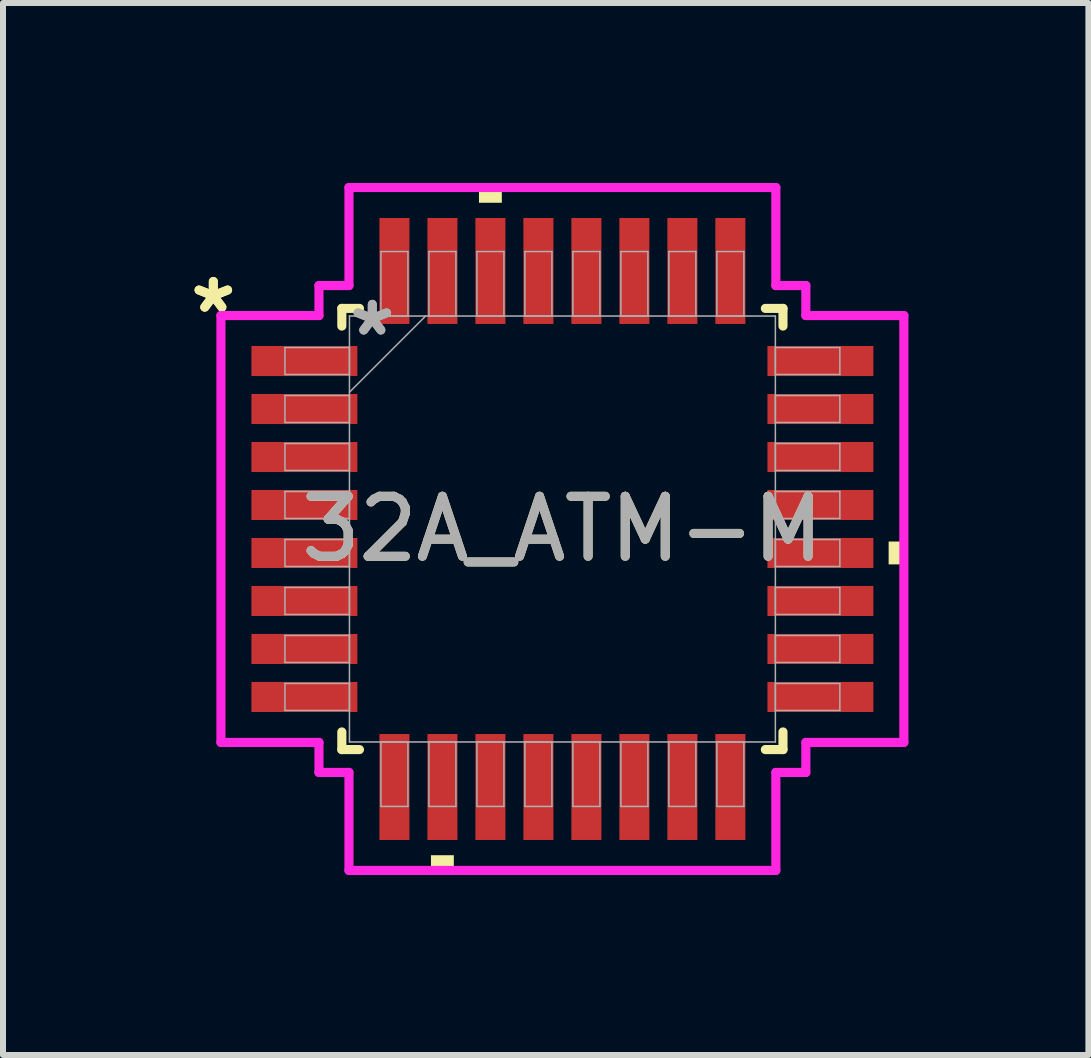
<source format=kicad_pcb>
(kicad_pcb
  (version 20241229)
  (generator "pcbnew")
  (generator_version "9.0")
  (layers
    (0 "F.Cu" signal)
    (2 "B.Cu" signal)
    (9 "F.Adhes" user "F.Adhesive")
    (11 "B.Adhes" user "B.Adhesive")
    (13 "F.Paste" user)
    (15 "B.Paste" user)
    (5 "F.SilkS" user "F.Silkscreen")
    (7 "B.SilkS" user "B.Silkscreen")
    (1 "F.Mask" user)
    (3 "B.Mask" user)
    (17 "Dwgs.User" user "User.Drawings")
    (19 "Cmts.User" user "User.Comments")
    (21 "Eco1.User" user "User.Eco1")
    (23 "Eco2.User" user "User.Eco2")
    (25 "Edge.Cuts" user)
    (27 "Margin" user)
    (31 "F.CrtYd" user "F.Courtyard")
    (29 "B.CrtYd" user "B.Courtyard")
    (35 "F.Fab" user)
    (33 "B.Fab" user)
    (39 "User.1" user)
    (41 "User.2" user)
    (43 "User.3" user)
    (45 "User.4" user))
  (footprint "32A_ATM-M"
    (layer "F.Cu")
    (at 6.325 5.768)
    (property "Reference" "32A_ATM-M" (at 0 0 0) (unlocked yes) (layer "F.SilkS") (effects (font (size 1 1) (thickness 0.15))))
    (attr smd)
    (fp_line (start -3.677 -3.677) (end -3.677 -3.383) (stroke (width 0.152) (type solid)) (layer "F.SilkS"))
    (fp_line (start -3.677 3.383) (end -3.677 3.677) (stroke (width 0.152) (type solid)) (layer "F.SilkS"))
    (fp_line (start -3.677 3.677) (end -3.383 3.677) (stroke (width 0.152) (type solid)) (layer "F.SilkS"))
    (fp_line (start -3.383 -3.677) (end -3.677 -3.677) (stroke (width 0.152) (type solid)) (layer "F.SilkS"))
    (fp_line (start 3.383 3.677) (end 3.677 3.677) (stroke (width 0.152) (type solid)) (layer "F.SilkS"))
    (fp_line (start 3.677 -3.677) (end 3.383 -3.677) (stroke (width 0.152) (type solid)) (layer "F.SilkS"))
    (fp_line (start 3.677 -3.383) (end 3.677 -3.677) (stroke (width 0.152) (type solid)) (layer "F.SilkS"))
    (fp_line (start 3.677 3.677) (end 3.677 3.383) (stroke (width 0.152) (type solid)) (layer "F.SilkS"))
    (fp_poly (pts (xy -2.191 5.438) (xy -2.191 5.692) (xy -1.81 5.692) (xy -1.81 5.438)) (stroke (width 0) (type solid)) (fill yes) (layer "F.SilkS"))
    (fp_poly (pts (xy -1.391 -5.438) (xy -1.391 -5.692) (xy -1.01 -5.692) (xy -1.01 -5.438)) (stroke (width 0) (type solid)) (fill yes) (layer "F.SilkS"))
    (fp_poly (pts (xy 5.692 0.209) (xy 5.692 0.59) (xy 5.438 0.59) (xy 5.438 0.209)) (stroke (width 0) (type solid)) (fill yes) (layer "F.SilkS"))
    (fp_line (start -5.692 -3.558) (end -4.058 -3.558) (stroke (width 0.152) (type solid)) (layer "F.CrtYd"))
    (fp_line (start -5.692 3.558) (end -5.692 -3.558) (stroke (width 0.152) (type solid)) (layer "F.CrtYd"))
    (fp_line (start -4.058 -4.058) (end -3.558 -4.058) (stroke (width 0.152) (type solid)) (layer "F.CrtYd"))
    (fp_line (start -4.058 -3.558) (end -4.058 -4.058) (stroke (width 0.152) (type solid)) (layer "F.CrtYd"))
    (fp_line (start -4.058 3.558) (end -5.692 3.558) (stroke (width 0.152) (type solid)) (layer "F.CrtYd"))
    (fp_line (start -4.058 4.058) (end -4.058 3.558) (stroke (width 0.152) (type solid)) (layer "F.CrtYd"))
    (fp_line (start -4.058 4.058) (end -3.558 4.058) (stroke (width 0.152) (type solid)) (layer "F.CrtYd"))
    (fp_line (start -3.558 -5.692) (end 3.558 -5.692) (stroke (width 0.152) (type solid)) (layer "F.CrtYd"))
    (fp_line (start -3.558 -4.058) (end -3.558 -5.692) (stroke (width 0.152) (type solid)) (layer "F.CrtYd"))
    (fp_line (start -3.558 4.058) (end -3.558 5.692) (stroke (width 0.152) (type solid)) (layer "F.CrtYd"))
    (fp_line (start -3.558 5.692) (end 3.558 5.692) (stroke (width 0.152) (type solid)) (layer "F.CrtYd"))
    (fp_line (start 3.558 -5.692) (end 3.558 -4.058) (stroke (width 0.152) (type solid)) (layer "F.CrtYd"))
    (fp_line (start 3.558 -4.058) (end 4.058 -4.058) (stroke (width 0.152) (type solid)) (layer "F.CrtYd"))
    (fp_line (start 3.558 4.058) (end 4.058 4.058) (stroke (width 0.152) (type solid)) (layer "F.CrtYd"))
    (fp_line (start 3.558 5.692) (end 3.558 4.058) (stroke (width 0.152) (type solid)) (layer "F.CrtYd"))
    (fp_line (start 4.058 -3.558) (end 4.058 -4.058) (stroke (width 0.152) (type solid)) (layer "F.CrtYd"))
    (fp_line (start 4.058 3.558) (end 5.692 3.558) (stroke (width 0.152) (type solid)) (layer "F.CrtYd"))
    (fp_line (start 4.058 4.058) (end 4.058 3.558) (stroke (width 0.152) (type solid)) (layer "F.CrtYd"))
    (fp_line (start 5.692 -3.558) (end 4.058 -3.558) (stroke (width 0.152) (type solid)) (layer "F.CrtYd"))
    (fp_line (start 5.692 3.558) (end 5.692 -3.558) (stroke (width 0.152) (type solid)) (layer "F.CrtYd"))
    (fp_line (start -4.625 -3.025) (end -4.625 -2.575) (stroke (width 0.025) (type solid)) (layer "F.Fab"))
    (fp_line (start -4.625 -2.575) (end -3.55 -2.575) (stroke (width 0.025) (type solid)) (layer "F.Fab"))
    (fp_line (start -4.625 -2.225) (end -4.625 -1.775) (stroke (width 0.025) (type solid)) (layer "F.Fab"))
    (fp_line (start -4.625 -1.775) (end -3.55 -1.775) (stroke (width 0.025) (type solid)) (layer "F.Fab"))
    (fp_line (start -4.625 -1.425) (end -4.625 -0.975) (stroke (width 0.025) (type solid)) (layer "F.Fab"))
    (fp_line (start -4.625 -0.975) (end -3.55 -0.975) (stroke (width 0.025) (type solid)) (layer "F.Fab"))
    (fp_line (start -4.625 -0.625) (end -4.625 -0.175) (stroke (width 0.025) (type solid)) (layer "F.Fab"))
    (fp_line (start -4.625 -0.175) (end -3.55 -0.175) (stroke (width 0.025) (type solid)) (layer "F.Fab"))
    (fp_line (start -4.625 0.175) (end -4.625 0.625) (stroke (width 0.025) (type solid)) (layer "F.Fab"))
    (fp_line (start -4.625 0.625) (end -3.55 0.625) (stroke (width 0.025) (type solid)) (layer "F.Fab"))
    (fp_line (start -4.625 0.975) (end -4.625 1.425) (stroke (width 0.025) (type solid)) (layer "F.Fab"))
    (fp_line (start -4.625 1.425) (end -3.55 1.425) (stroke (width 0.025) (type solid)) (layer "F.Fab"))
    (fp_line (start -4.625 1.775) (end -4.625 2.225) (stroke (width 0.025) (type solid)) (layer "F.Fab"))
    (fp_line (start -4.625 2.225) (end -3.55 2.225) (stroke (width 0.025) (type solid)) (layer "F.Fab"))
    (fp_line (start -4.625 2.575) (end -4.625 3.025) (stroke (width 0.025) (type solid)) (layer "F.Fab"))
    (fp_line (start -4.625 3.025) (end -3.55 3.025) (stroke (width 0.025) (type solid)) (layer "F.Fab"))
    (fp_line (start -3.55 -3.55) (end -3.55 3.55) (stroke (width 0.025) (type solid)) (layer "F.Fab"))
    (fp_line (start -3.55 -3.025) (end -4.625 -3.025) (stroke (width 0.025) (type solid)) (layer "F.Fab"))
    (fp_line (start -3.55 -2.575) (end -3.55 -3.025) (stroke (width 0.025) (type solid)) (layer "F.Fab"))
    (fp_line (start -3.55 -2.28) (end -2.28 -3.55) (stroke (width 0.025) (type solid)) (layer "F.Fab"))
    (fp_line (start -3.55 -2.225) (end -4.625 -2.225) (stroke (width 0.025) (type solid)) (layer "F.Fab"))
    (fp_line (start -3.55 -1.775) (end -3.55 -2.225) (stroke (width 0.025) (type solid)) (layer "F.Fab"))
    (fp_line (start -3.55 -1.425) (end -4.625 -1.425) (stroke (width 0.025) (type solid)) (layer "F.Fab"))
    (fp_line (start -3.55 -0.975) (end -3.55 -1.425) (stroke (width 0.025) (type solid)) (layer "F.Fab"))
    (fp_line (start -3.55 -0.625) (end -4.625 -0.625) (stroke (width 0.025) (type solid)) (layer "F.Fab"))
    (fp_line (start -3.55 -0.175) (end -3.55 -0.625) (stroke (width 0.025) (type solid)) (layer "F.Fab"))
    (fp_line (start -3.55 0.175) (end -4.625 0.175) (stroke (width 0.025) (type solid)) (layer "F.Fab"))
    (fp_line (start -3.55 0.625) (end -3.55 0.175) (stroke (width 0.025) (type solid)) (layer "F.Fab"))
    (fp_line (start -3.55 0.975) (end -4.625 0.975) (stroke (width 0.025) (type solid)) (layer "F.Fab"))
    (fp_line (start -3.55 1.425) (end -3.55 0.975) (stroke (width 0.025) (type solid)) (layer "F.Fab"))
    (fp_line (start -3.55 1.775) (end -4.625 1.775) (stroke (width 0.025) (type solid)) (layer "F.Fab"))
    (fp_line (start -3.55 2.225) (end -3.55 1.775) (stroke (width 0.025) (type solid)) (layer "F.Fab"))
    (fp_line (start -3.55 2.575) (end -4.625 2.575) (stroke (width 0.025) (type solid)) (layer "F.Fab"))
    (fp_line (start -3.55 3.025) (end -3.55 2.575) (stroke (width 0.025) (type solid)) (layer "F.Fab"))
    (fp_line (start -3.55 3.55) (end 3.55 3.55) (stroke (width 0.025) (type solid)) (layer "F.Fab"))
    (fp_line (start -3.025 -4.625) (end -3.025 -3.55) (stroke (width 0.025) (type solid)) (layer "F.Fab"))
    (fp_line (start -3.025 -3.55) (end -2.575 -3.55) (stroke (width 0.025) (type solid)) (layer "F.Fab"))
    (fp_line (start -3.025 3.55) (end -3.025 4.625) (stroke (width 0.025) (type solid)) (layer "F.Fab"))
    (fp_line (start -3.025 4.625) (end -2.575 4.625) (stroke (width 0.025) (type solid)) (layer "F.Fab"))
    (fp_line (start -2.575 3.55) (end -3.025 3.55) (stroke (width 0.025) (type solid)) (layer "F.Fab"))
    (fp_line (start -2.575 4.625) (end -2.575 3.55) (stroke (width 0.025) (type solid)) (layer "F.Fab"))
    (fp_line (start -2.575 -4.625) (end -3.025 -4.625) (stroke (width 0.025) (type solid)) (layer "F.Fab"))
    (fp_line (start -2.575 -3.55) (end -2.575 -4.625) (stroke (width 0.025) (type solid)) (layer "F.Fab"))
    (fp_line (start -2.225 -4.625) (end -2.225 -3.55) (stroke (width 0.025) (type solid)) (layer "F.Fab"))
    (fp_line (start -2.225 -3.55) (end -1.775 -3.55) (stroke (width 0.025) (type solid)) (layer "F.Fab"))
    (fp_line (start -2.225 3.55) (end -2.225 4.625) (stroke (width 0.025) (type solid)) (layer "F.Fab"))
    (fp_line (start -2.225 4.625) (end -1.775 4.625) (stroke (width 0.025) (type solid)) (layer "F.Fab"))
    (fp_line (start -1.775 -4.625) (end -2.225 -4.625) (stroke (width 0.025) (type solid)) (layer "F.Fab"))
    (fp_line (start -1.775 -3.55) (end -1.775 -4.625) (stroke (width 0.025) (type solid)) (layer "F.Fab"))
    (fp_line (start -1.775 3.55) (end -2.225 3.55) (stroke (width 0.025) (type solid)) (layer "F.Fab"))
    (fp_line (start -1.775 4.625) (end -1.775 3.55) (stroke (width 0.025) (type solid)) (layer "F.Fab"))
    (fp_line (start -1.425 -4.625) (end -1.425 -3.55) (stroke (width 0.025) (type solid)) (layer "F.Fab"))
    (fp_line (start -1.425 -3.55) (end -0.975 -3.55) (stroke (width 0.025) (type solid)) (layer "F.Fab"))
    (fp_line (start -1.425 3.55) (end -1.425 4.625) (stroke (width 0.025) (type solid)) (layer "F.Fab"))
    (fp_line (start -1.425 4.625) (end -0.975 4.625) (stroke (width 0.025) (type solid)) (layer "F.Fab"))
    (fp_line (start -0.975 -4.625) (end -1.425 -4.625) (stroke (width 0.025) (type solid)) (layer "F.Fab"))
    (fp_line (start -0.975 -3.55) (end -0.975 -4.625) (stroke (width 0.025) (type solid)) (layer "F.Fab"))
    (fp_line (start -0.975 3.55) (end -1.425 3.55) (stroke (width 0.025) (type solid)) (layer "F.Fab"))
    (fp_line (start -0.975 4.625) (end -0.975 3.55) (stroke (width 0.025) (type solid)) (layer "F.Fab"))
    (fp_line (start -0.625 -4.625) (end -0.625 -3.55) (stroke (width 0.025) (type solid)) (layer "F.Fab"))
    (fp_line (start -0.625 -3.55) (end -0.175 -3.55) (stroke (width 0.025) (type solid)) (layer "F.Fab"))
    (fp_line (start -0.625 3.55) (end -0.625 4.625) (stroke (width 0.025) (type solid)) (layer "F.Fab"))
    (fp_line (start -0.625 4.625) (end -0.175 4.625) (stroke (width 0.025) (type solid)) (layer "F.Fab"))
    (fp_line (start -0.175 -4.625) (end -0.625 -4.625) (stroke (width 0.025) (type solid)) (layer "F.Fab"))
    (fp_line (start -0.175 -3.55) (end -0.175 -4.625) (stroke (width 0.025) (type solid)) (layer "F.Fab"))
    (fp_line (start -0.175 3.55) (end -0.625 3.55) (stroke (width 0.025) (type solid)) (layer "F.Fab"))
    (fp_line (start -0.175 4.625) (end -0.175 3.55) (stroke (width 0.025) (type solid)) (layer "F.Fab"))
    (fp_line (start 0.175 -4.625) (end 0.175 -3.55) (stroke (width 0.025) (type solid)) (layer "F.Fab"))
    (fp_line (start 0.175 -3.55) (end 0.625 -3.55) (stroke (width 0.025) (type solid)) (layer "F.Fab"))
    (fp_line (start 0.175 3.55) (end 0.175 4.625) (stroke (width 0.025) (type solid)) (layer "F.Fab"))
    (fp_line (start 0.175 4.625) (end 0.625 4.625) (stroke (width 0.025) (type solid)) (layer "F.Fab"))
    (fp_line (start 0.625 -4.625) (end 0.175 -4.625) (stroke (width 0.025) (type solid)) (layer "F.Fab"))
    (fp_line (start 0.625 -3.55) (end 0.625 -4.625) (stroke (width 0.025) (type solid)) (layer "F.Fab"))
    (fp_line (start 0.625 3.55) (end 0.175 3.55) (stroke (width 0.025) (type solid)) (layer "F.Fab"))
    (fp_line (start 0.625 4.625) (end 0.625 3.55) (stroke (width 0.025) (type solid)) (layer "F.Fab"))
    (fp_line (start 0.975 -4.625) (end 0.975 -3.55) (stroke (width 0.025) (type solid)) (layer "F.Fab"))
    (fp_line (start 0.975 -3.55) (end 1.425 -3.55) (stroke (width 0.025) (type solid)) (layer "F.Fab"))
    (fp_line (start 0.975 3.55) (end 0.975 4.625) (stroke (width 0.025) (type solid)) (layer "F.Fab"))
    (fp_line (start 0.975 4.625) (end 1.425 4.625) (stroke (width 0.025) (type solid)) (layer "F.Fab"))
    (fp_line (start 1.425 -4.625) (end 0.975 -4.625) (stroke (width 0.025) (type solid)) (layer "F.Fab"))
    (fp_line (start 1.425 -3.55) (end 1.425 -4.625) (stroke (width 0.025) (type solid)) (layer "F.Fab"))
    (fp_line (start 1.425 3.55) (end 0.975 3.55) (stroke (width 0.025) (type solid)) (layer "F.Fab"))
    (fp_line (start 1.425 4.625) (end 1.425 3.55) (stroke (width 0.025) (type solid)) (layer "F.Fab"))
    (fp_line (start 1.775 -4.625) (end 1.775 -3.55) (stroke (width 0.025) (type solid)) (layer "F.Fab"))
    (fp_line (start 1.775 -3.55) (end 2.225 -3.55) (stroke (width 0.025) (type solid)) (layer "F.Fab"))
    (fp_line (start 1.775 3.55) (end 1.775 4.625) (stroke (width 0.025) (type solid)) (layer "F.Fab"))
    (fp_line (start 1.775 4.625) (end 2.225 4.625) (stroke (width 0.025) (type solid)) (layer "F.Fab"))
    (fp_line (start 2.225 -4.625) (end 1.775 -4.625) (stroke (width 0.025) (type solid)) (layer "F.Fab"))
    (fp_line (start 2.225 -3.55) (end 2.225 -4.625) (stroke (width 0.025) (type solid)) (layer "F.Fab"))
    (fp_line (start 2.225 3.55) (end 1.775 3.55) (stroke (width 0.025) (type solid)) (layer "F.Fab"))
    (fp_line (start 2.225 4.625) (end 2.225 3.55) (stroke (width 0.025) (type solid)) (layer "F.Fab"))
    (fp_line (start 2.575 3.55) (end 2.575 4.625) (stroke (width 0.025) (type solid)) (layer "F.Fab"))
    (fp_line (start 2.575 4.625) (end 3.025 4.625) (stroke (width 0.025) (type solid)) (layer "F.Fab"))
    (fp_line (start 2.575 -4.625) (end 2.575 -3.55) (stroke (width 0.025) (type solid)) (layer "F.Fab"))
    (fp_line (start 2.575 -3.55) (end 3.025 -3.55) (stroke (width 0.025) (type solid)) (layer "F.Fab"))
    (fp_line (start 3.025 -4.625) (end 2.575 -4.625) (stroke (width 0.025) (type solid)) (layer "F.Fab"))
    (fp_line (start 3.025 -3.55) (end 3.025 -4.625) (stroke (width 0.025) (type solid)) (layer "F.Fab"))
    (fp_line (start 3.025 3.55) (end 2.575 3.55) (stroke (width 0.025) (type solid)) (layer "F.Fab"))
    (fp_line (start 3.025 4.625) (end 3.025 3.55) (stroke (width 0.025) (type solid)) (layer "F.Fab"))
    (fp_line (start 3.55 -3.55) (end -3.55 -3.55) (stroke (width 0.025) (type solid)) (layer "F.Fab"))
    (fp_line (start 3.55 -3.025) (end 3.55 -2.575) (stroke (width 0.025) (type solid)) (layer "F.Fab"))
    (fp_line (start 3.55 -2.575) (end 4.625 -2.575) (stroke (width 0.025) (type solid)) (layer "F.Fab"))
    (fp_line (start 3.55 -2.225) (end 3.55 -1.775) (stroke (width 0.025) (type solid)) (layer "F.Fab"))
    (fp_line (start 3.55 -1.775) (end 4.625 -1.775) (stroke (width 0.025) (type solid)) (layer "F.Fab"))
    (fp_line (start 3.55 -1.425) (end 3.55 -0.975) (stroke (width 0.025) (type solid)) (layer "F.Fab"))
    (fp_line (start 3.55 -0.975) (end 4.625 -0.975) (stroke (width 0.025) (type solid)) (layer "F.Fab"))
    (fp_line (start 3.55 -0.625) (end 3.55 -0.175) (stroke (width 0.025) (type solid)) (layer "F.Fab"))
    (fp_line (start 3.55 -0.175) (end 4.625 -0.175) (stroke (width 0.025) (type solid)) (layer "F.Fab"))
    (fp_line (start 3.55 0.175) (end 3.55 0.625) (stroke (width 0.025) (type solid)) (layer "F.Fab"))
    (fp_line (start 3.55 0.625) (end 4.625 0.625) (stroke (width 0.025) (type solid)) (layer "F.Fab"))
    (fp_line (start 3.55 0.975) (end 3.55 1.425) (stroke (width 0.025) (type solid)) (layer "F.Fab"))
    (fp_line (start 3.55 1.425) (end 4.625 1.425) (stroke (width 0.025) (type solid)) (layer "F.Fab"))
    (fp_line (start 3.55 1.775) (end 3.55 2.225) (stroke (width 0.025) (type solid)) (layer "F.Fab"))
    (fp_line (start 3.55 2.225) (end 4.625 2.225) (stroke (width 0.025) (type solid)) (layer "F.Fab"))
    (fp_line (start 3.55 2.575) (end 3.55 3.025) (stroke (width 0.025) (type solid)) (layer "F.Fab"))
    (fp_line (start 3.55 3.025) (end 4.625 3.025) (stroke (width 0.025) (type solid)) (layer "F.Fab"))
    (fp_line (start 3.55 3.55) (end 3.55 -3.55) (stroke (width 0.025) (type solid)) (layer "F.Fab"))
    (fp_line (start 4.625 -3.025) (end 3.55 -3.025) (stroke (width 0.025) (type solid)) (layer "F.Fab"))
    (fp_line (start 4.625 -2.575) (end 4.625 -3.025) (stroke (width 0.025) (type solid)) (layer "F.Fab"))
    (fp_line (start 4.625 -2.225) (end 3.55 -2.225) (stroke (width 0.025) (type solid)) (layer "F.Fab"))
    (fp_line (start 4.625 -1.775) (end 4.625 -2.225) (stroke (width 0.025) (type solid)) (layer "F.Fab"))
    (fp_line (start 4.625 -1.425) (end 3.55 -1.425) (stroke (width 0.025) (type solid)) (layer "F.Fab"))
    (fp_line (start 4.625 -0.975) (end 4.625 -1.425) (stroke (width 0.025) (type solid)) (layer "F.Fab"))
    (fp_line (start 4.625 -0.625) (end 3.55 -0.625) (stroke (width 0.025) (type solid)) (layer "F.Fab"))
    (fp_line (start 4.625 -0.175) (end 4.625 -0.625) (stroke (width 0.025) (type solid)) (layer "F.Fab"))
    (fp_line (start 4.625 0.175) (end 3.55 0.175) (stroke (width 0.025) (type solid)) (layer "F.Fab"))
    (fp_line (start 4.625 0.625) (end 4.625 0.175) (stroke (width 0.025) (type solid)) (layer "F.Fab"))
    (fp_line (start 4.625 0.975) (end 3.55 0.975) (stroke (width 0.025) (type solid)) (layer "F.Fab"))
    (fp_line (start 4.625 1.425) (end 4.625 0.975) (stroke (width 0.025) (type solid)) (layer "F.Fab"))
    (fp_line (start 4.625 1.775) (end 3.55 1.775) (stroke (width 0.025) (type solid)) (layer "F.Fab"))
    (fp_line (start 4.625 2.225) (end 4.625 1.775) (stroke (width 0.025) (type solid)) (layer "F.Fab"))
    (fp_line (start 4.625 2.575) (end 3.55 2.575) (stroke (width 0.025) (type solid)) (layer "F.Fab"))
    (fp_line (start 4.625 3.025) (end 4.625 2.575) (stroke (width 0.025) (type solid)) (layer "F.Fab"))
    (fp_text user "*" (at -5.819 -3.581 0) (layer "F.SilkS") (effects (font (size 1 1) (thickness 0.15))))
    (fp_text user "*" (at -5.819 -3.581 0) (unlocked yes) (layer "F.SilkS") (effects (font (size 1 1) (thickness 0.15))))
    (fp_text user "*" (at -3.169 -3.2 0) (unlocked yes) (layer "F.Fab") (effects (font (size 1 1) (thickness 0.15))))
    (fp_text user "${REFERENCE}" (at 0 0 0) (unlocked yes) (layer "F.Fab") (effects (font (size 1 1) (thickness 0.15))))
    (fp_text user "*" (at -3.169 -3.2 0) (layer "F.Fab") (effects (font (size 1 1) (thickness 0.15))))
    (pad "1" smd rect (at -4.301 -2.8 90) (size 0.501 1.766) (layers "F.Cu" "F.Mask" "F.Paste"))
    (pad "2" smd rect (at -4.301 -2 90) (size 0.501 1.766) (layers "F.Cu" "F.Mask" "F.Paste"))
    (pad "3" smd rect (at -4.301 -1.2 90) (size 0.501 1.766) (layers "F.Cu" "F.Mask" "F.Paste"))
    (pad "4" smd rect (at -4.301 -0.4 90) (size 0.501 1.766) (layers "F.Cu" "F.Mask" "F.Paste"))
    (pad "5" smd rect (at -4.301 0.4 90) (size 0.501 1.766) (layers "F.Cu" "F.Mask" "F.Paste"))
    (pad "6" smd rect (at -4.301 1.2 90) (size 0.501 1.766) (layers "F.Cu" "F.Mask" "F.Paste"))
    (pad "7" smd rect (at -4.301 2 90) (size 0.501 1.766) (layers "F.Cu" "F.Mask" "F.Paste"))
    (pad "8" smd rect (at -4.301 2.8 90) (size 0.501 1.766) (layers "F.Cu" "F.Mask" "F.Paste"))
    (pad "9" smd rect (at -2.8 4.301) (size 0.501 1.766) (layers "F.Cu" "F.Mask" "F.Paste"))
    (pad "10" smd rect (at -2 4.301) (size 0.501 1.766) (layers "F.Cu" "F.Mask" "F.Paste"))
    (pad "11" smd rect (at -1.2 4.301) (size 0.501 1.766) (layers "F.Cu" "F.Mask" "F.Paste"))
    (pad "12" smd rect (at -0.4 4.301) (size 0.501 1.766) (layers "F.Cu" "F.Mask" "F.Paste"))
    (pad "13" smd rect (at 0.4 4.301) (size 0.501 1.766) (layers "F.Cu" "F.Mask" "F.Paste"))
    (pad "14" smd rect (at 1.2 4.301) (size 0.501 1.766) (layers "F.Cu" "F.Mask" "F.Paste"))
    (pad "15" smd rect (at 2 4.301) (size 0.501 1.766) (layers "F.Cu" "F.Mask" "F.Paste"))
    (pad "16" smd rect (at 2.8 4.301) (size 0.501 1.766) (layers "F.Cu" "F.Mask" "F.Paste"))
    (pad "17" smd rect (at 4.301 2.8 90) (size 0.501 1.766) (layers "F.Cu" "F.Mask" "F.Paste"))
    (pad "18" smd rect (at 4.301 2 90) (size 0.501 1.766) (layers "F.Cu" "F.Mask" "F.Paste"))
    (pad "19" smd rect (at 4.301 1.2 90) (size 0.501 1.766) (layers "F.Cu" "F.Mask" "F.Paste"))
    (pad "20" smd rect (at 4.301 0.4 90) (size 0.501 1.766) (layers "F.Cu" "F.Mask" "F.Paste"))
    (pad "21" smd rect (at 4.301 -0.4 90) (size 0.501 1.766) (layers "F.Cu" "F.Mask" "F.Paste"))
    (pad "22" smd rect (at 4.301 -1.2 90) (size 0.501 1.766) (layers "F.Cu" "F.Mask" "F.Paste"))
    (pad "23" smd rect (at 4.301 -2 90) (size 0.501 1.766) (layers "F.Cu" "F.Mask" "F.Paste"))
    (pad "24" smd rect (at 4.301 -2.8 90) (size 0.501 1.766) (layers "F.Cu" "F.Mask" "F.Paste"))
    (pad "25" smd rect (at 2.8 -4.301) (size 0.501 1.766) (layers "F.Cu" "F.Mask" "F.Paste"))
    (pad "26" smd rect (at 2 -4.301) (size 0.501 1.766) (layers "F.Cu" "F.Mask" "F.Paste"))
    (pad "27" smd rect (at 1.2 -4.301) (size 0.501 1.766) (layers "F.Cu" "F.Mask" "F.Paste"))
    (pad "28" smd rect (at 0.4 -4.301) (size 0.501 1.766) (layers "F.Cu" "F.Mask" "F.Paste"))
    (pad "29" smd rect (at -0.4 -4.301) (size 0.501 1.766) (layers "F.Cu" "F.Mask" "F.Paste"))
    (pad "30" smd rect (at -1.2 -4.301) (size 0.501 1.766) (layers "F.Cu" "F.Mask" "F.Paste"))
    (pad "31" smd rect (at -2 -4.301) (size 0.501 1.766) (layers "F.Cu" "F.Mask" "F.Paste"))
    (pad "32" smd rect (at -2.8 -4.301) (size 0.501 1.766) (layers "F.Cu" "F.Mask" "F.Paste")))
  (gr_rect
    (start -3 -3)
    (end 15.093 14.536)
    (stroke (width 0.1) (type default))
    (fill no)
    (layer "Edge.Cuts")))
</source>
